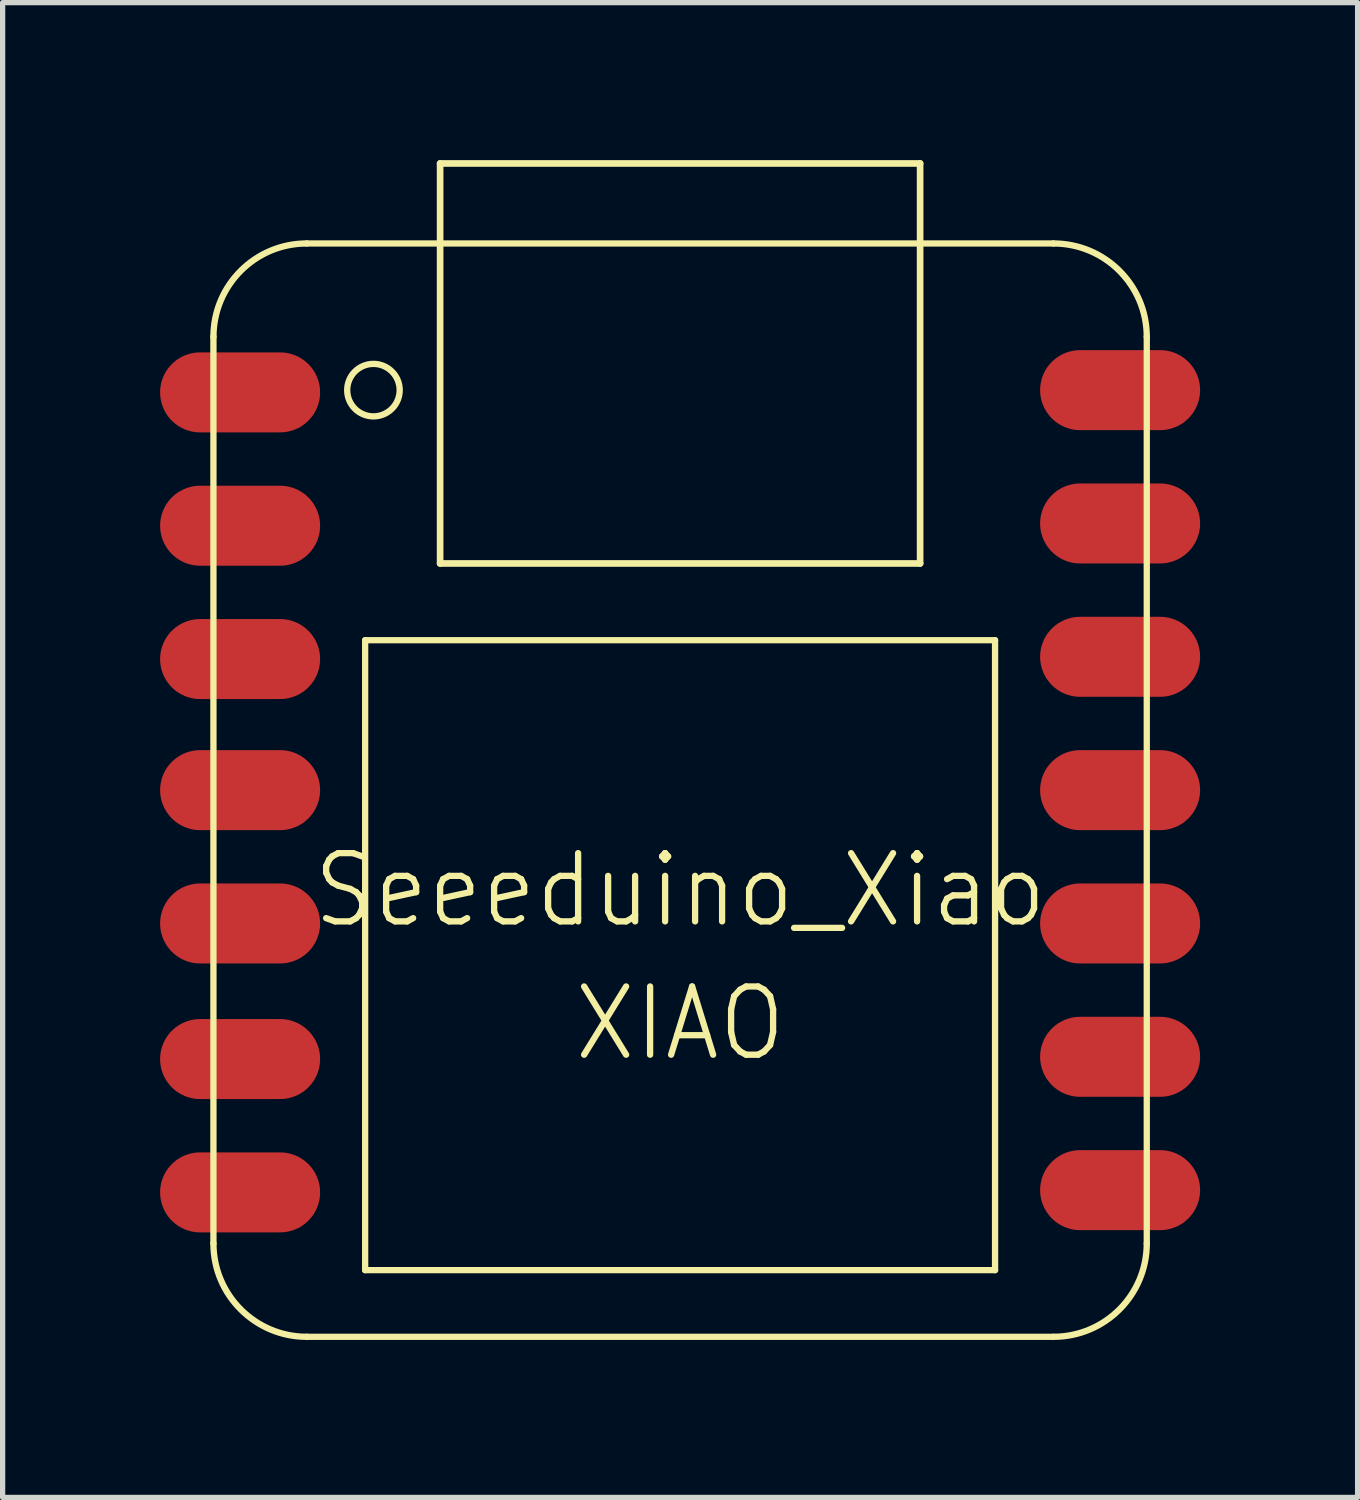
<source format=kicad_pcb>
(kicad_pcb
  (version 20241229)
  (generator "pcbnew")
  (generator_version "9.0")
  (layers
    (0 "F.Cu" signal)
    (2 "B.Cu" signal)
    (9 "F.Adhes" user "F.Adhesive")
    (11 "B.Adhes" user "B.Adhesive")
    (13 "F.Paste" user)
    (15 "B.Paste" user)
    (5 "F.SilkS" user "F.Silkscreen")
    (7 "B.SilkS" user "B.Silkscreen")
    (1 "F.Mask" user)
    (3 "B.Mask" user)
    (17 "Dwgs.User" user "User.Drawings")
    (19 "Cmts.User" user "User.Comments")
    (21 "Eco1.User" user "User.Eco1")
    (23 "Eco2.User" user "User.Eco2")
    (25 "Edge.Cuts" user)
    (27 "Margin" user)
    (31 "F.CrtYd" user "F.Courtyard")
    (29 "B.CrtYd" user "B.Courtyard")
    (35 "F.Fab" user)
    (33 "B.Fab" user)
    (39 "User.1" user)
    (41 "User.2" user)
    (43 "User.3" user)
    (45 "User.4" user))
  (footprint "Seeeduino_Xiao"
    (layer "F.Cu")
    (at 9.906 12.002)
    (property "Reference" "Seeeduino_Xiao" (at 0 1.905 0) (layer "F.SilkS") (effects (font (size 1.3 1.2) (thickness 0.12))))
    (attr smd)
    (fp_line (start -8.89 8.636) (end -8.89 -8.636) (stroke (width 0.12) (type solid)) (layer "F.SilkS"))
    (fp_line (start -7.112 -10.414) (end 7.112 -10.414) (stroke (width 0.12) (type solid)) (layer "F.SilkS"))
    (fp_line (start -6 -2.856) (end 6 -2.856) (stroke (width 0.12) (type solid)) (layer "F.SilkS"))
    (fp_line (start -6 9.144) (end -6 -2.856) (stroke (width 0.12) (type solid)) (layer "F.SilkS"))
    (fp_line (start -4.572 -4.318) (end -4.572 -11.938) (stroke (width 0.127) (type solid)) (layer "F.SilkS"))
    (fp_line (start 4.572 -11.938) (end -4.572 -11.938) (stroke (width 0.127) (type solid)) (layer "F.SilkS"))
    (fp_line (start 4.572 -11.938) (end 4.572 -4.318) (stroke (width 0.127) (type solid)) (layer "F.SilkS"))
    (fp_line (start 4.572 -4.318) (end -4.572 -4.318) (stroke (width 0.127) (type solid)) (layer "F.SilkS"))
    (fp_line (start 6 -2.856) (end 6 9.144) (stroke (width 0.12) (type solid)) (layer "F.SilkS"))
    (fp_line (start 6 9.144) (end -6 9.144) (stroke (width 0.12) (type solid)) (layer "F.SilkS"))
    (fp_line (start 7.112 10.414) (end -7.112 10.414) (stroke (width 0.12) (type solid)) (layer "F.SilkS"))
    (fp_line (start 8.89 -8.636) (end 8.89 8.636) (stroke (width 0.12) (type solid)) (layer "F.SilkS"))
    (fp_arc (start -8.89 -8.636) (mid -8.369236 -9.893236) (end -7.112 -10.414) (stroke (width 0.12) (type solid)) (layer "F.SilkS"))
    (fp_arc (start -7.112 10.414) (mid -8.369236 9.893236) (end -8.89 8.636) (stroke (width 0.12) (type solid)) (layer "F.SilkS"))
    (fp_arc (start 7.112 -10.414) (mid 8.369236 -9.893236) (end 8.89 -8.636) (stroke (width 0.12) (type solid)) (layer "F.SilkS"))
    (fp_arc (start 8.89 8.636) (mid 8.369236 9.893236) (end 7.112 10.414) (stroke (width 0.12) (type solid)) (layer "F.SilkS"))
    (fp_circle (center -5.842 -7.62) (end -5.342 -7.62) (stroke (width 0.12) (type solid)) (fill no) (layer "F.SilkS"))
    (fp_text user "XIAO" (at 0 4.445 0) (layer "F.SilkS") (effects (font (size 1.3 1.2) (thickness 0.12))))
    (pad "1" smd oval (at -8.382 -7.577) (size 3.048 1.524) (layers "F.Cu" "F.Mask" "F.Paste"))
    (pad "2" smd oval (at -8.382 -5.037) (size 3.048 1.524) (layers "F.Cu" "F.Mask" "F.Paste"))
    (pad "3" smd oval (at -8.382 -2.497) (size 3.048 1.524) (layers "F.Cu" "F.Mask" "F.Paste"))
    (pad "4" smd oval (at -8.382 0) (size 3.048 1.524) (layers "F.Cu" "F.Mask" "F.Paste"))
    (pad "5" smd oval (at -8.382 2.54) (size 3.048 1.524) (layers "F.Cu" "F.Mask" "F.Paste"))
    (pad "6" smd oval (at -8.382 5.123) (size 3.048 1.524) (layers "F.Cu" "F.Mask" "F.Paste"))
    (pad "7" smd oval (at -8.382 7.663) (size 3.048 1.524) (layers "F.Cu" "F.Mask" "F.Paste"))
    (pad "8" smd oval (at 8.382 7.62) (size 3.048 1.524) (layers "F.Cu" "F.Mask" "F.Paste"))
    (pad "9" smd oval (at 8.382 5.08) (size 3.048 1.524) (layers "F.Cu" "F.Mask" "F.Paste"))
    (pad "10" smd oval (at 8.382 2.54) (size 3.048 1.524) (layers "F.Cu" "F.Mask" "F.Paste"))
    (pad "11" smd oval (at 8.382 0) (size 3.048 1.524) (layers "F.Cu" "F.Mask" "F.Paste"))
    (pad "12" smd oval (at 8.382 -2.54) (size 3.048 1.524) (layers "F.Cu" "F.Mask" "F.Paste"))
    (pad "13" smd oval (at 8.382 -5.08) (size 3.048 1.524) (layers "F.Cu" "F.Mask" "F.Paste"))
    (pad "14" smd oval (at 8.382 -7.62) (size 3.048 1.524) (layers "F.Cu" "F.Mask" "F.Paste")))
  (gr_rect
    (start -3 -3)
    (end 22.812 25.476)
    (stroke (width 0.1) (type default))
    (fill no)
    (layer "Edge.Cuts")))
</source>
